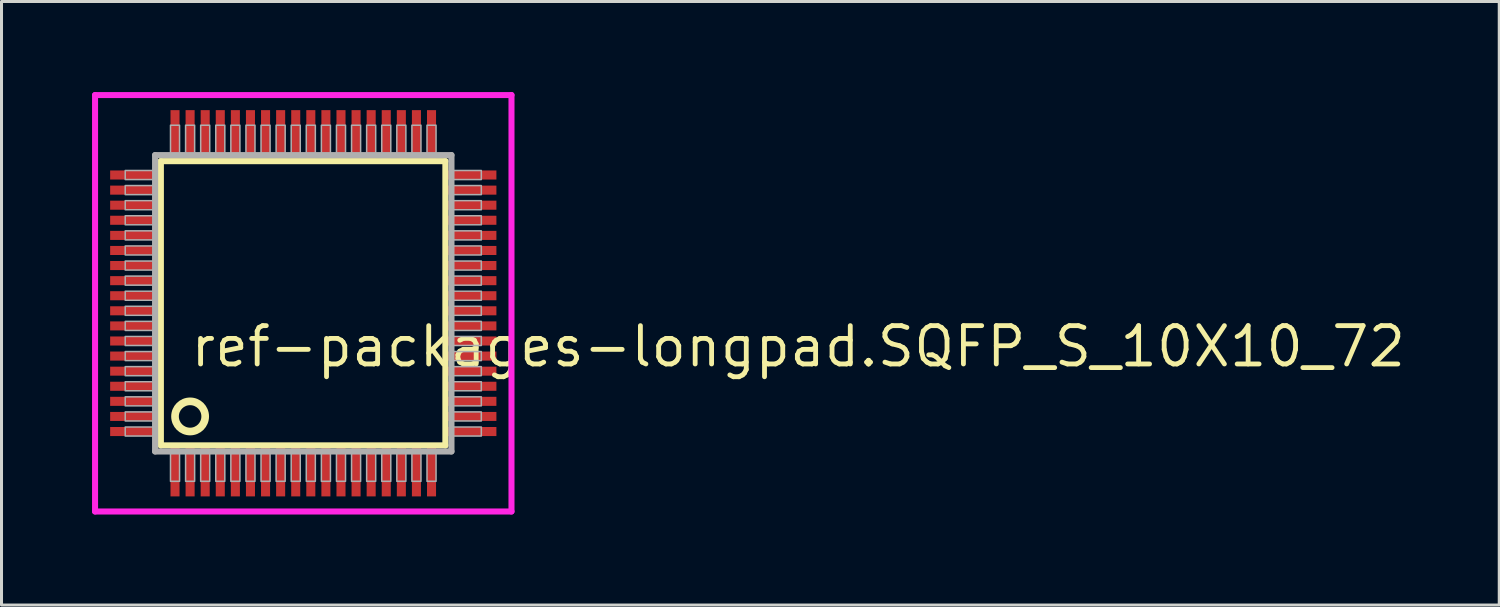
<source format=kicad_pcb>
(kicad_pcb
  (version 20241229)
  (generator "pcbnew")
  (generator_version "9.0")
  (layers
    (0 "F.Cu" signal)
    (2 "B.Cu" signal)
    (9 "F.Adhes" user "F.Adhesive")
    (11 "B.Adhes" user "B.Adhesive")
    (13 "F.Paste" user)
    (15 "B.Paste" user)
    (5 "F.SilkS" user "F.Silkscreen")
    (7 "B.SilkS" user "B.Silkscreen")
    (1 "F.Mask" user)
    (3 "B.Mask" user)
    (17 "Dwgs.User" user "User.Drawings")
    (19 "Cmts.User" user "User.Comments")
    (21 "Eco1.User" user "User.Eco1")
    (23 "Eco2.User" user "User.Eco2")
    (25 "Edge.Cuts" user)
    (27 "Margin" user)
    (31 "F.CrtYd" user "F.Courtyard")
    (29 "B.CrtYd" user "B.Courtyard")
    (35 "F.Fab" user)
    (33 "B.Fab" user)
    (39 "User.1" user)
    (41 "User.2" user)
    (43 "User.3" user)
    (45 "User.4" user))
  (footprint "ref-packages-longpad.SQFP_S_10X10_72"
    (layer "F.Cu")
    (at 7 7)
    (property "Reference" "ref-packages-longpad.SQFP_S_10X10_72" (at -3.81 2.175 0) (layer "F.SilkS") (effects (font (size 1.27 1.27) (thickness 0.16)) (justify left bottom)))
    (attr smd)
    (fp_line (start -4.72 -4.71) (end 4.71 -4.71) (stroke (width 0.203) (type default)) (layer "F.SilkS"))
    (fp_line (start -4.72 4.71) (end -4.72 -4.71) (stroke (width 0.203) (type default)) (layer "F.SilkS"))
    (fp_line (start 4.71 -4.71) (end 4.71 4.71) (stroke (width 0.203) (type default)) (layer "F.SilkS"))
    (fp_line (start 4.71 4.71) (end -4.72 4.71) (stroke (width 0.203) (type default)) (layer "F.SilkS"))
    (fp_circle (center -3.75 3.75) (end -3.25 3.75) (stroke (width 0.254) (type default)) (fill no) (layer "F.SilkS"))
    (fp_line (start -6.9 -6.9) (end 6.9 -6.9) (stroke (width 0.2) (type default)) (layer "F.CrtYd"))
    (fp_line (start -6.9 6.9) (end -6.9 -6.9) (stroke (width 0.2) (type default)) (layer "F.CrtYd"))
    (fp_line (start 6.9 -6.9) (end 6.9 6.9) (stroke (width 0.2) (type default)) (layer "F.CrtYd"))
    (fp_line (start 6.9 6.9) (end -6.9 6.9) (stroke (width 0.2) (type default)) (layer "F.CrtYd"))
    (fp_line (start -4.91 -4.91) (end -4.91 4.91) (stroke (width 0.203) (type default)) (layer "F.Fab"))
    (fp_line (start -4.91 4.91) (end 4.91 4.91) (stroke (width 0.203) (type default)) (layer "F.Fab"))
    (fp_line (start 4.91 -4.91) (end -4.91 -4.91) (stroke (width 0.203) (type default)) (layer "F.Fab"))
    (fp_line (start 4.91 4.91) (end 4.91 -4.91) (stroke (width 0.203) (type default)) (layer "F.Fab"))
    (fp_rect (start -5.9 -4.1) (end -4.95 -4.4) (stroke (width 0.05) (type default)) (fill no) (layer "F.Fab"))
    (fp_rect (start -5.9 -3.6) (end -4.95 -3.9) (stroke (width 0.05) (type default)) (fill no) (layer "F.Fab"))
    (fp_rect (start -5.9 -3.1) (end -4.95 -3.4) (stroke (width 0.05) (type default)) (fill no) (layer "F.Fab"))
    (fp_rect (start -5.9 -2.6) (end -4.95 -2.9) (stroke (width 0.05) (type default)) (fill no) (layer "F.Fab"))
    (fp_rect (start -5.9 -2.1) (end -4.95 -2.4) (stroke (width 0.05) (type default)) (fill no) (layer "F.Fab"))
    (fp_rect (start -5.9 -1.6) (end -4.95 -1.9) (stroke (width 0.05) (type default)) (fill no) (layer "F.Fab"))
    (fp_rect (start -5.9 -1.1) (end -4.95 -1.4) (stroke (width 0.05) (type default)) (fill no) (layer "F.Fab"))
    (fp_rect (start -5.9 -0.6) (end -4.95 -0.9) (stroke (width 0.05) (type default)) (fill no) (layer "F.Fab"))
    (fp_rect (start -5.9 -0.1) (end -4.95 -0.4) (stroke (width 0.05) (type default)) (fill no) (layer "F.Fab"))
    (fp_rect (start -5.9 0.4) (end -4.95 0.1) (stroke (width 0.05) (type default)) (fill no) (layer "F.Fab"))
    (fp_rect (start -5.9 0.9) (end -4.95 0.6) (stroke (width 0.05) (type default)) (fill no) (layer "F.Fab"))
    (fp_rect (start -5.9 1.4) (end -4.95 1.1) (stroke (width 0.05) (type default)) (fill no) (layer "F.Fab"))
    (fp_rect (start -5.9 1.9) (end -4.95 1.6) (stroke (width 0.05) (type default)) (fill no) (layer "F.Fab"))
    (fp_rect (start -5.9 2.4) (end -4.95 2.1) (stroke (width 0.05) (type default)) (fill no) (layer "F.Fab"))
    (fp_rect (start -5.9 2.9) (end -4.95 2.6) (stroke (width 0.05) (type default)) (fill no) (layer "F.Fab"))
    (fp_rect (start -5.9 3.4) (end -4.95 3.1) (stroke (width 0.05) (type default)) (fill no) (layer "F.Fab"))
    (fp_rect (start -5.9 3.9) (end -4.95 3.6) (stroke (width 0.05) (type default)) (fill no) (layer "F.Fab"))
    (fp_rect (start -5.9 4.4) (end -4.95 4.1) (stroke (width 0.05) (type default)) (fill no) (layer "F.Fab"))
    (fp_rect (start -4.4 -4.95) (end -4.1 -5.9) (stroke (width 0.05) (type default)) (fill no) (layer "F.Fab"))
    (fp_rect (start -4.4 5.9) (end -4.1 4.95) (stroke (width 0.05) (type default)) (fill no) (layer "F.Fab"))
    (fp_rect (start -3.9 -4.95) (end -3.6 -5.9) (stroke (width 0.05) (type default)) (fill no) (layer "F.Fab"))
    (fp_rect (start -3.9 5.9) (end -3.6 4.95) (stroke (width 0.05) (type default)) (fill no) (layer "F.Fab"))
    (fp_rect (start -3.4 -4.95) (end -3.1 -5.9) (stroke (width 0.05) (type default)) (fill no) (layer "F.Fab"))
    (fp_rect (start -3.4 5.9) (end -3.1 4.95) (stroke (width 0.05) (type default)) (fill no) (layer "F.Fab"))
    (fp_rect (start -2.9 -4.95) (end -2.6 -5.9) (stroke (width 0.05) (type default)) (fill no) (layer "F.Fab"))
    (fp_rect (start -2.9 5.9) (end -2.6 4.95) (stroke (width 0.05) (type default)) (fill no) (layer "F.Fab"))
    (fp_rect (start -2.4 -4.95) (end -2.1 -5.9) (stroke (width 0.05) (type default)) (fill no) (layer "F.Fab"))
    (fp_rect (start -2.4 5.9) (end -2.1 4.95) (stroke (width 0.05) (type default)) (fill no) (layer "F.Fab"))
    (fp_rect (start -1.9 -4.95) (end -1.6 -5.9) (stroke (width 0.05) (type default)) (fill no) (layer "F.Fab"))
    (fp_rect (start -1.9 5.9) (end -1.6 4.95) (stroke (width 0.05) (type default)) (fill no) (layer "F.Fab"))
    (fp_rect (start -1.4 -4.95) (end -1.1 -5.9) (stroke (width 0.05) (type default)) (fill no) (layer "F.Fab"))
    (fp_rect (start -1.4 5.9) (end -1.1 4.95) (stroke (width 0.05) (type default)) (fill no) (layer "F.Fab"))
    (fp_rect (start -0.9 -4.95) (end -0.6 -5.9) (stroke (width 0.05) (type default)) (fill no) (layer "F.Fab"))
    (fp_rect (start -0.9 5.9) (end -0.6 4.95) (stroke (width 0.05) (type default)) (fill no) (layer "F.Fab"))
    (fp_rect (start -0.4 -4.95) (end -0.1 -5.9) (stroke (width 0.05) (type default)) (fill no) (layer "F.Fab"))
    (fp_rect (start -0.4 5.9) (end -0.1 4.95) (stroke (width 0.05) (type default)) (fill no) (layer "F.Fab"))
    (fp_rect (start 0.1 -4.95) (end 0.4 -5.9) (stroke (width 0.05) (type default)) (fill no) (layer "F.Fab"))
    (fp_rect (start 0.1 5.9) (end 0.4 4.95) (stroke (width 0.05) (type default)) (fill no) (layer "F.Fab"))
    (fp_rect (start 0.6 -4.95) (end 0.9 -5.9) (stroke (width 0.05) (type default)) (fill no) (layer "F.Fab"))
    (fp_rect (start 0.6 5.9) (end 0.9 4.95) (stroke (width 0.05) (type default)) (fill no) (layer "F.Fab"))
    (fp_rect (start 1.1 -4.95) (end 1.4 -5.9) (stroke (width 0.05) (type default)) (fill no) (layer "F.Fab"))
    (fp_rect (start 1.1 5.9) (end 1.4 4.95) (stroke (width 0.05) (type default)) (fill no) (layer "F.Fab"))
    (fp_rect (start 1.6 -4.95) (end 1.9 -5.9) (stroke (width 0.05) (type default)) (fill no) (layer "F.Fab"))
    (fp_rect (start 1.6 5.9) (end 1.9 4.95) (stroke (width 0.05) (type default)) (fill no) (layer "F.Fab"))
    (fp_rect (start 2.1 -4.95) (end 2.4 -5.9) (stroke (width 0.05) (type default)) (fill no) (layer "F.Fab"))
    (fp_rect (start 2.1 5.9) (end 2.4 4.95) (stroke (width 0.05) (type default)) (fill no) (layer "F.Fab"))
    (fp_rect (start 2.6 -4.95) (end 2.9 -5.9) (stroke (width 0.05) (type default)) (fill no) (layer "F.Fab"))
    (fp_rect (start 2.6 5.9) (end 2.9 4.95) (stroke (width 0.05) (type default)) (fill no) (layer "F.Fab"))
    (fp_rect (start 3.1 -4.95) (end 3.4 -5.9) (stroke (width 0.05) (type default)) (fill no) (layer "F.Fab"))
    (fp_rect (start 3.1 5.9) (end 3.4 4.95) (stroke (width 0.05) (type default)) (fill no) (layer "F.Fab"))
    (fp_rect (start 3.6 -4.95) (end 3.9 -5.9) (stroke (width 0.05) (type default)) (fill no) (layer "F.Fab"))
    (fp_rect (start 3.6 5.9) (end 3.9 4.95) (stroke (width 0.05) (type default)) (fill no) (layer "F.Fab"))
    (fp_rect (start 4.1 -4.95) (end 4.4 -5.9) (stroke (width 0.05) (type default)) (fill no) (layer "F.Fab"))
    (fp_rect (start 4.1 5.9) (end 4.4 4.95) (stroke (width 0.05) (type default)) (fill no) (layer "F.Fab"))
    (fp_rect (start 4.95 -4.1) (end 5.9 -4.4) (stroke (width 0.05) (type default)) (fill no) (layer "F.Fab"))
    (fp_rect (start 4.95 -3.6) (end 5.9 -3.9) (stroke (width 0.05) (type default)) (fill no) (layer "F.Fab"))
    (fp_rect (start 4.95 -3.1) (end 5.9 -3.4) (stroke (width 0.05) (type default)) (fill no) (layer "F.Fab"))
    (fp_rect (start 4.95 -2.6) (end 5.9 -2.9) (stroke (width 0.05) (type default)) (fill no) (layer "F.Fab"))
    (fp_rect (start 4.95 -2.1) (end 5.9 -2.4) (stroke (width 0.05) (type default)) (fill no) (layer "F.Fab"))
    (fp_rect (start 4.95 -1.6) (end 5.9 -1.9) (stroke (width 0.05) (type default)) (fill no) (layer "F.Fab"))
    (fp_rect (start 4.95 -1.1) (end 5.9 -1.4) (stroke (width 0.05) (type default)) (fill no) (layer "F.Fab"))
    (fp_rect (start 4.95 -0.6) (end 5.9 -0.9) (stroke (width 0.05) (type default)) (fill no) (layer "F.Fab"))
    (fp_rect (start 4.95 -0.1) (end 5.9 -0.4) (stroke (width 0.05) (type default)) (fill no) (layer "F.Fab"))
    (fp_rect (start 4.95 0.4) (end 5.9 0.1) (stroke (width 0.05) (type default)) (fill no) (layer "F.Fab"))
    (fp_rect (start 4.95 0.9) (end 5.9 0.6) (stroke (width 0.05) (type default)) (fill no) (layer "F.Fab"))
    (fp_rect (start 4.95 1.4) (end 5.9 1.1) (stroke (width 0.05) (type default)) (fill no) (layer "F.Fab"))
    (fp_rect (start 4.95 1.9) (end 5.9 1.6) (stroke (width 0.05) (type default)) (fill no) (layer "F.Fab"))
    (fp_rect (start 4.95 2.4) (end 5.9 2.1) (stroke (width 0.05) (type default)) (fill no) (layer "F.Fab"))
    (fp_rect (start 4.95 2.9) (end 5.9 2.6) (stroke (width 0.05) (type default)) (fill no) (layer "F.Fab"))
    (fp_rect (start 4.95 3.4) (end 5.9 3.1) (stroke (width 0.05) (type default)) (fill no) (layer "F.Fab"))
    (fp_rect (start 4.95 3.9) (end 5.9 3.6) (stroke (width 0.05) (type default)) (fill no) (layer "F.Fab"))
    (fp_rect (start 4.95 4.4) (end 5.9 4.1) (stroke (width 0.05) (type default)) (fill no) (layer "F.Fab"))
    (pad "1" smd roundrect (at -4.25 5.6) (size 0.3 1.6) (layers "F.Cu" "F.Mask" "F.Paste") (roundrect_rratio 0.01))
    (pad "2" smd roundrect (at -3.75 5.6) (size 0.3 1.6) (layers "F.Cu" "F.Mask" "F.Paste") (roundrect_rratio 0.01))
    (pad "3" smd roundrect (at -3.25 5.6) (size 0.3 1.6) (layers "F.Cu" "F.Mask" "F.Paste") (roundrect_rratio 0.01))
    (pad "4" smd roundrect (at -2.75 5.6) (size 0.3 1.6) (layers "F.Cu" "F.Mask" "F.Paste") (roundrect_rratio 0.01))
    (pad "5" smd roundrect (at -2.25 5.6) (size 0.3 1.6) (layers "F.Cu" "F.Mask" "F.Paste") (roundrect_rratio 0.01))
    (pad "6" smd roundrect (at -1.75 5.6) (size 0.3 1.6) (layers "F.Cu" "F.Mask" "F.Paste") (roundrect_rratio 0.01))
    (pad "7" smd roundrect (at -1.25 5.6) (size 0.3 1.6) (layers "F.Cu" "F.Mask" "F.Paste") (roundrect_rratio 0.01))
    (pad "8" smd roundrect (at -0.75 5.6) (size 0.3 1.6) (layers "F.Cu" "F.Mask" "F.Paste") (roundrect_rratio 0.01))
    (pad "9" smd roundrect (at -0.25 5.6) (size 0.3 1.6) (layers "F.Cu" "F.Mask" "F.Paste") (roundrect_rratio 0.01))
    (pad "10" smd roundrect (at 0.25 5.6) (size 0.3 1.6) (layers "F.Cu" "F.Mask" "F.Paste") (roundrect_rratio 0.01))
    (pad "11" smd roundrect (at 0.75 5.6) (size 0.3 1.6) (layers "F.Cu" "F.Mask" "F.Paste") (roundrect_rratio 0.01))
    (pad "12" smd roundrect (at 1.25 5.6) (size 0.3 1.6) (layers "F.Cu" "F.Mask" "F.Paste") (roundrect_rratio 0.01))
    (pad "13" smd roundrect (at 1.75 5.6) (size 0.3 1.6) (layers "F.Cu" "F.Mask" "F.Paste") (roundrect_rratio 0.01))
    (pad "14" smd roundrect (at 2.25 5.6) (size 0.3 1.6) (layers "F.Cu" "F.Mask" "F.Paste") (roundrect_rratio 0.01))
    (pad "15" smd roundrect (at 2.75 5.6) (size 0.3 1.6) (layers "F.Cu" "F.Mask" "F.Paste") (roundrect_rratio 0.01))
    (pad "16" smd roundrect (at 3.25 5.6) (size 0.3 1.6) (layers "F.Cu" "F.Mask" "F.Paste") (roundrect_rratio 0.01))
    (pad "17" smd roundrect (at 3.75 5.6) (size 0.3 1.6) (layers "F.Cu" "F.Mask" "F.Paste") (roundrect_rratio 0.01))
    (pad "18" smd roundrect (at 4.25 5.6) (size 0.3 1.6) (layers "F.Cu" "F.Mask" "F.Paste") (roundrect_rratio 0.01))
    (pad "19" smd roundrect (at 5.6 4.25) (size 1.6 0.3) (layers "F.Cu" "F.Mask" "F.Paste") (roundrect_rratio 0.01))
    (pad "20" smd roundrect (at 5.6 3.75) (size 1.6 0.3) (layers "F.Cu" "F.Mask" "F.Paste") (roundrect_rratio 0.01))
    (pad "21" smd roundrect (at 5.6 3.25) (size 1.6 0.3) (layers "F.Cu" "F.Mask" "F.Paste") (roundrect_rratio 0.01))
    (pad "22" smd roundrect (at 5.6 2.75) (size 1.6 0.3) (layers "F.Cu" "F.Mask" "F.Paste") (roundrect_rratio 0.01))
    (pad "23" smd roundrect (at 5.6 2.25) (size 1.6 0.3) (layers "F.Cu" "F.Mask" "F.Paste") (roundrect_rratio 0.01))
    (pad "24" smd roundrect (at 5.6 1.75) (size 1.6 0.3) (layers "F.Cu" "F.Mask" "F.Paste") (roundrect_rratio 0.01))
    (pad "25" smd roundrect (at 5.6 1.25) (size 1.6 0.3) (layers "F.Cu" "F.Mask" "F.Paste") (roundrect_rratio 0.01))
    (pad "26" smd roundrect (at 5.6 0.75) (size 1.6 0.3) (layers "F.Cu" "F.Mask" "F.Paste") (roundrect_rratio 0.01))
    (pad "27" smd roundrect (at 5.6 0.25) (size 1.6 0.3) (layers "F.Cu" "F.Mask" "F.Paste") (roundrect_rratio 0.01))
    (pad "28" smd roundrect (at 5.6 -0.25) (size 1.6 0.3) (layers "F.Cu" "F.Mask" "F.Paste") (roundrect_rratio 0.01))
    (pad "29" smd roundrect (at 5.6 -0.75) (size 1.6 0.3) (layers "F.Cu" "F.Mask" "F.Paste") (roundrect_rratio 0.01))
    (pad "30" smd roundrect (at 5.6 -1.25) (size 1.6 0.3) (layers "F.Cu" "F.Mask" "F.Paste") (roundrect_rratio 0.01))
    (pad "31" smd roundrect (at 5.6 -1.75) (size 1.6 0.3) (layers "F.Cu" "F.Mask" "F.Paste") (roundrect_rratio 0.01))
    (pad "32" smd roundrect (at 5.6 -2.25) (size 1.6 0.3) (layers "F.Cu" "F.Mask" "F.Paste") (roundrect_rratio 0.01))
    (pad "33" smd roundrect (at 5.6 -2.75) (size 1.6 0.3) (layers "F.Cu" "F.Mask" "F.Paste") (roundrect_rratio 0.01))
    (pad "34" smd roundrect (at 5.6 -3.25) (size 1.6 0.3) (layers "F.Cu" "F.Mask" "F.Paste") (roundrect_rratio 0.01))
    (pad "35" smd roundrect (at 5.6 -3.75) (size 1.6 0.3) (layers "F.Cu" "F.Mask" "F.Paste") (roundrect_rratio 0.01))
    (pad "36" smd roundrect (at 5.6 -4.25) (size 1.6 0.3) (layers "F.Cu" "F.Mask" "F.Paste") (roundrect_rratio 0.01))
    (pad "37" smd roundrect (at 4.25 -5.6) (size 0.3 1.6) (layers "F.Cu" "F.Mask" "F.Paste") (roundrect_rratio 0.01))
    (pad "38" smd roundrect (at 3.75 -5.6) (size 0.3 1.6) (layers "F.Cu" "F.Mask" "F.Paste") (roundrect_rratio 0.01))
    (pad "39" smd roundrect (at 3.25 -5.6) (size 0.3 1.6) (layers "F.Cu" "F.Mask" "F.Paste") (roundrect_rratio 0.01))
    (pad "40" smd roundrect (at 2.75 -5.6) (size 0.3 1.6) (layers "F.Cu" "F.Mask" "F.Paste") (roundrect_rratio 0.01))
    (pad "41" smd roundrect (at 2.25 -5.6) (size 0.3 1.6) (layers "F.Cu" "F.Mask" "F.Paste") (roundrect_rratio 0.01))
    (pad "42" smd roundrect (at 1.75 -5.6) (size 0.3 1.6) (layers "F.Cu" "F.Mask" "F.Paste") (roundrect_rratio 0.01))
    (pad "43" smd roundrect (at 1.25 -5.6) (size 0.3 1.6) (layers "F.Cu" "F.Mask" "F.Paste") (roundrect_rratio 0.01))
    (pad "44" smd roundrect (at 0.75 -5.6) (size 0.3 1.6) (layers "F.Cu" "F.Mask" "F.Paste") (roundrect_rratio 0.01))
    (pad "45" smd roundrect (at 0.25 -5.6) (size 0.3 1.6) (layers "F.Cu" "F.Mask" "F.Paste") (roundrect_rratio 0.01))
    (pad "46" smd roundrect (at -0.25 -5.6) (size 0.3 1.6) (layers "F.Cu" "F.Mask" "F.Paste") (roundrect_rratio 0.01))
    (pad "47" smd roundrect (at -0.75 -5.6) (size 0.3 1.6) (layers "F.Cu" "F.Mask" "F.Paste") (roundrect_rratio 0.01))
    (pad "48" smd roundrect (at -1.25 -5.6) (size 0.3 1.6) (layers "F.Cu" "F.Mask" "F.Paste") (roundrect_rratio 0.01))
    (pad "49" smd roundrect (at -1.75 -5.6) (size 0.3 1.6) (layers "F.Cu" "F.Mask" "F.Paste") (roundrect_rratio 0.01))
    (pad "50" smd roundrect (at -2.25 -5.6) (size 0.3 1.6) (layers "F.Cu" "F.Mask" "F.Paste") (roundrect_rratio 0.01))
    (pad "51" smd roundrect (at -2.75 -5.6) (size 0.3 1.6) (layers "F.Cu" "F.Mask" "F.Paste") (roundrect_rratio 0.01))
    (pad "52" smd roundrect (at -3.25 -5.6) (size 0.3 1.6) (layers "F.Cu" "F.Mask" "F.Paste") (roundrect_rratio 0.01))
    (pad "53" smd roundrect (at -3.75 -5.6) (size 0.3 1.6) (layers "F.Cu" "F.Mask" "F.Paste") (roundrect_rratio 0.01))
    (pad "54" smd roundrect (at -4.25 -5.6) (size 0.3 1.6) (layers "F.Cu" "F.Mask" "F.Paste") (roundrect_rratio 0.01))
    (pad "55" smd roundrect (at -5.6 -4.25) (size 1.6 0.3) (layers "F.Cu" "F.Mask" "F.Paste") (roundrect_rratio 0.01))
    (pad "56" smd roundrect (at -5.6 -3.75) (size 1.6 0.3) (layers "F.Cu" "F.Mask" "F.Paste") (roundrect_rratio 0.01))
    (pad "57" smd roundrect (at -5.6 -3.25) (size 1.6 0.3) (layers "F.Cu" "F.Mask" "F.Paste") (roundrect_rratio 0.01))
    (pad "58" smd roundrect (at -5.6 -2.75) (size 1.6 0.3) (layers "F.Cu" "F.Mask" "F.Paste") (roundrect_rratio 0.01))
    (pad "59" smd roundrect (at -5.6 -2.25) (size 1.6 0.3) (layers "F.Cu" "F.Mask" "F.Paste") (roundrect_rratio 0.01))
    (pad "60" smd roundrect (at -5.6 -1.75) (size 1.6 0.3) (layers "F.Cu" "F.Mask" "F.Paste") (roundrect_rratio 0.01))
    (pad "61" smd roundrect (at -5.6 -1.25) (size 1.6 0.3) (layers "F.Cu" "F.Mask" "F.Paste") (roundrect_rratio 0.01))
    (pad "62" smd roundrect (at -5.6 -0.75) (size 1.6 0.3) (layers "F.Cu" "F.Mask" "F.Paste") (roundrect_rratio 0.01))
    (pad "63" smd roundrect (at -5.6 -0.25) (size 1.6 0.3) (layers "F.Cu" "F.Mask" "F.Paste") (roundrect_rratio 0.01))
    (pad "64" smd roundrect (at -5.6 0.25) (size 1.6 0.3) (layers "F.Cu" "F.Mask" "F.Paste") (roundrect_rratio 0.01))
    (pad "65" smd roundrect (at -5.6 0.75) (size 1.6 0.3) (layers "F.Cu" "F.Mask" "F.Paste") (roundrect_rratio 0.01))
    (pad "66" smd roundrect (at -5.6 1.25) (size 1.6 0.3) (layers "F.Cu" "F.Mask" "F.Paste") (roundrect_rratio 0.01))
    (pad "67" smd roundrect (at -5.6 1.75) (size 1.6 0.3) (layers "F.Cu" "F.Mask" "F.Paste") (roundrect_rratio 0.01))
    (pad "68" smd roundrect (at -5.6 2.25) (size 1.6 0.3) (layers "F.Cu" "F.Mask" "F.Paste") (roundrect_rratio 0.01))
    (pad "69" smd roundrect (at -5.6 2.75) (size 1.6 0.3) (layers "F.Cu" "F.Mask" "F.Paste") (roundrect_rratio 0.01))
    (pad "70" smd roundrect (at -5.6 3.25) (size 1.6 0.3) (layers "F.Cu" "F.Mask" "F.Paste") (roundrect_rratio 0.01))
    (pad "71" smd roundrect (at -5.6 3.75) (size 1.6 0.3) (layers "F.Cu" "F.Mask" "F.Paste") (roundrect_rratio 0.01))
    (pad "72" smd roundrect (at -5.6 4.25) (size 1.6 0.3) (layers "F.Cu" "F.Mask" "F.Paste") (roundrect_rratio 0.01)))
  (gr_rect
    (start -3 -3)
    (end 46.633 17)
    (stroke (width 0.1) (type default))
    (fill no)
    (layer "Edge.Cuts")))
</source>
